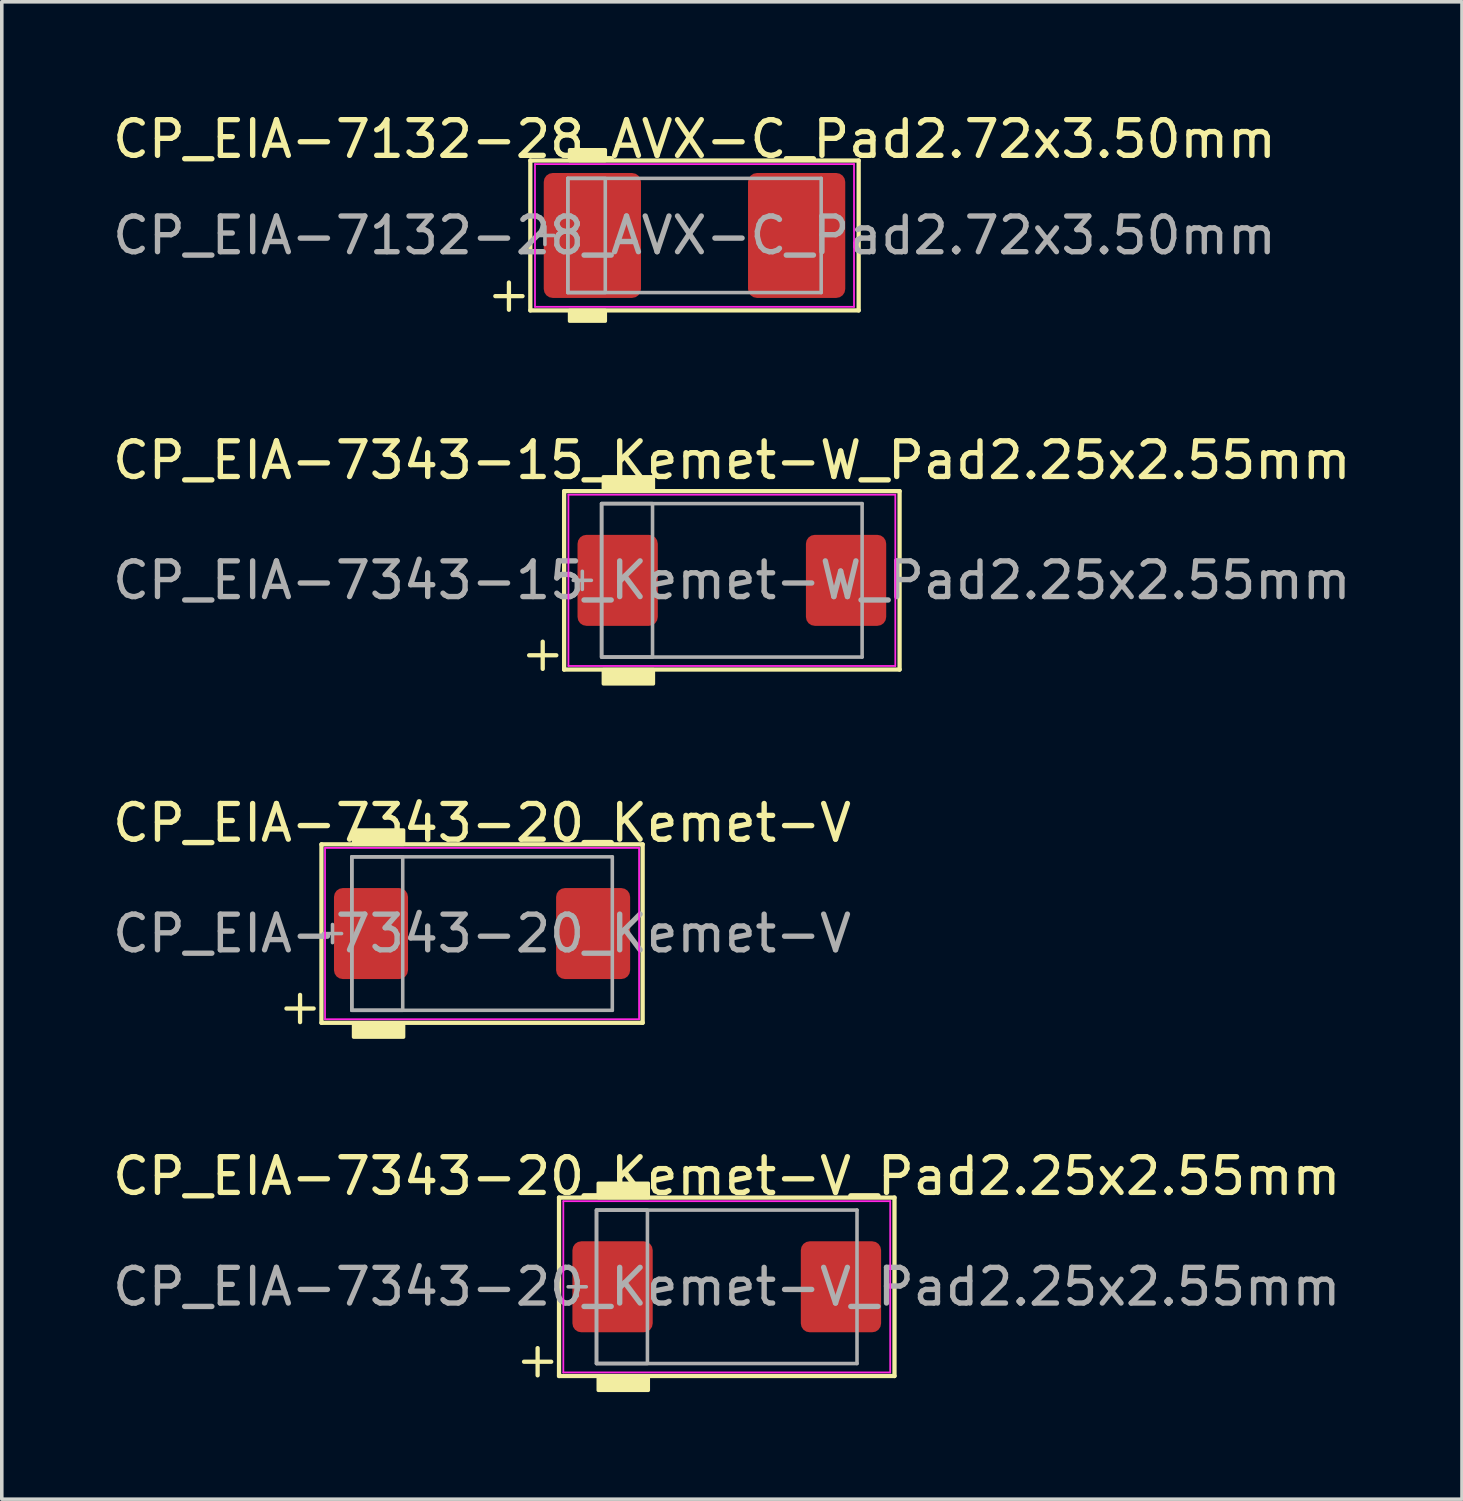
<source format=kicad_pcb>
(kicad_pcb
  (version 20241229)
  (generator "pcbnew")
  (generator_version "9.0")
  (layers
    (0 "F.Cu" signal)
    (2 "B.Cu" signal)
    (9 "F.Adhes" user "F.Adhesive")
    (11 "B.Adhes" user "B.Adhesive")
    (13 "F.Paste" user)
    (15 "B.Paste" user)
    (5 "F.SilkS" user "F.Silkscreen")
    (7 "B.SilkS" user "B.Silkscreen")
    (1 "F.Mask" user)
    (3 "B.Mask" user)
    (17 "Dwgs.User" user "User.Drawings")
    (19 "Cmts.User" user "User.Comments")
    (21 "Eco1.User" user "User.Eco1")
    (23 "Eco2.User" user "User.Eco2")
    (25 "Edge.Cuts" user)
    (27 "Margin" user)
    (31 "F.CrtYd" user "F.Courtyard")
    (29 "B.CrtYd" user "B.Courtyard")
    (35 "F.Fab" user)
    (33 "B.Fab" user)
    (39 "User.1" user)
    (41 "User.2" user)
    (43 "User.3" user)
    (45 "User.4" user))
  (footprint "CP_EIA-7343-20_Kemet-V_Pad2.25x2.55mm"
    (layer "F.Cu")
    (at 17.315 33.008)
    (property "Reference" "CP_EIA-7343-20_Kemet-V_Pad2.25x2.55mm" (at 0 -3.1 0) (layer "F.SilkS") (effects (font (size 1 1) (thickness 0.15))))
    (attr smd)
    (fp_line (start -5.681 2.1) (end -4.919 2.1) (stroke (width 0.12) (type solid)) (layer "F.SilkS"))
    (fp_line (start -5.3 1.719) (end -5.3 2.481) (stroke (width 0.12) (type solid)) (layer "F.SilkS"))
    (fp_line (start -4.7 -2.5) (end -4.7 2.5) (stroke (width 0.12) (type solid)) (layer "F.SilkS"))
    (fp_line (start -4.7 2.5) (end 4.7 2.5) (stroke (width 0.12) (type solid)) (layer "F.SilkS"))
    (fp_line (start 4.7 -2.5) (end -4.7 -2.5) (stroke (width 0.12) (type solid)) (layer "F.SilkS"))
    (fp_line (start 4.7 2.5) (end 4.7 -2.5) (stroke (width 0.12) (type solid)) (layer "F.SilkS"))
    (fp_poly (pts (xy -2.2 -2.5) (xy -3.6 -2.5) (xy -3.6 -2.9) (xy -2.2 -2.9)) (stroke (width 0.1) (type solid)) (fill yes) (layer "F.SilkS"))
    (fp_poly (pts (xy -2.2 2.9) (xy -3.6 2.9) (xy -3.6 2.5) (xy -2.2 2.5)) (stroke (width 0.1) (type solid)) (fill yes) (layer "F.SilkS"))
    (fp_line (start -4.58 -2.4) (end 4.58 -2.4) (stroke (width 0.05) (type solid)) (layer "F.CrtYd"))
    (fp_line (start -4.58 2.4) (end -4.58 -2.4) (stroke (width 0.05) (type solid)) (layer "F.CrtYd"))
    (fp_line (start 4.58 -2.4) (end 4.58 2.4) (stroke (width 0.05) (type solid)) (layer "F.CrtYd"))
    (fp_line (start 4.58 2.4) (end -4.58 2.4) (stroke (width 0.05) (type solid)) (layer "F.CrtYd"))
    (fp_line (start -4.191 -0.254) (end -4.191 0.254) (stroke (width 0.1) (type solid)) (layer "F.Fab"))
    (fp_line (start -3.937 0) (end -4.445 0) (stroke (width 0.1) (type solid)) (layer "F.Fab"))
    (fp_line (start -3.65 -2.15) (end -3.65 2.15) (stroke (width 0.1) (type solid)) (layer "F.Fab"))
    (fp_line (start -3.65 2.15) (end 3.65 2.15) (stroke (width 0.1) (type solid)) (layer "F.Fab"))
    (fp_line (start 3.65 -2.15) (end -3.65 -2.15) (stroke (width 0.1) (type solid)) (layer "F.Fab"))
    (fp_line (start 3.65 2.15) (end 3.65 -2.15) (stroke (width 0.1) (type solid)) (layer "F.Fab"))
    (fp_rect (start -3.65 -2.15) (end -2.223 2.15) (stroke (width 0.1) (type solid)) (fill no) (layer "F.Fab"))
    (fp_text user "${REFERENCE}" (at 0 0 0) (layer "F.Fab") (effects (font (size 1 1) (thickness 0.15))))
    (pad "1" smd roundrect (at -3.2 0) (size 2.25 2.55) (layers "F.Cu" "F.Mask" "F.Paste") (roundrect_rratio 0.111))
    (pad "2" smd roundrect (at 3.2 0) (size 2.25 2.55) (layers "F.Cu" "F.Mask" "F.Paste") (roundrect_rratio 0.111)))
  (footprint "CP_EIA-7343-15_Kemet-W_Pad2.25x2.55mm"
    (layer "F.Cu")
    (at 17.458 13.212)
    (property "Reference" "CP_EIA-7343-15_Kemet-W_Pad2.25x2.55mm" (at 0 -3.365 0) (layer "F.SilkS") (effects (font (size 1 1) (thickness 0.15))))
    (attr smd)
    (fp_line (start -5.681 2.1) (end -4.919 2.1) (stroke (width 0.12) (type solid)) (layer "F.SilkS"))
    (fp_line (start -5.3 1.719) (end -5.3 2.481) (stroke (width 0.12) (type solid)) (layer "F.SilkS"))
    (fp_line (start -4.7 -2.5) (end -4.7 2.5) (stroke (width 0.12) (type solid)) (layer "F.SilkS"))
    (fp_line (start -4.7 2.5) (end 4.7 2.5) (stroke (width 0.12) (type solid)) (layer "F.SilkS"))
    (fp_line (start 4.7 -2.5) (end -4.7 -2.5) (stroke (width 0.12) (type solid)) (layer "F.SilkS"))
    (fp_line (start 4.7 2.5) (end 4.7 -2.5) (stroke (width 0.12) (type solid)) (layer "F.SilkS"))
    (fp_poly (pts (xy -2.2 -2.5) (xy -3.6 -2.5) (xy -3.6 -2.9) (xy -2.2 -2.9)) (stroke (width 0.1) (type solid)) (fill yes) (layer "F.SilkS"))
    (fp_poly (pts (xy -2.2 2.9) (xy -3.6 2.9) (xy -3.6 2.5) (xy -2.2 2.5)) (stroke (width 0.1) (type solid)) (fill yes) (layer "F.SilkS"))
    (fp_line (start -4.58 -2.4) (end 4.58 -2.4) (stroke (width 0.05) (type solid)) (layer "F.CrtYd"))
    (fp_line (start -4.58 2.4) (end -4.58 -2.4) (stroke (width 0.05) (type solid)) (layer "F.CrtYd"))
    (fp_line (start 4.58 -2.4) (end 4.58 2.4) (stroke (width 0.05) (type solid)) (layer "F.CrtYd"))
    (fp_line (start 4.58 2.4) (end -4.58 2.4) (stroke (width 0.05) (type solid)) (layer "F.CrtYd"))
    (fp_line (start -4.191 -0.254) (end -4.191 0.254) (stroke (width 0.1) (type solid)) (layer "F.Fab"))
    (fp_line (start -3.937 0) (end -4.445 0) (stroke (width 0.1) (type solid)) (layer "F.Fab"))
    (fp_line (start -3.65 -2.15) (end -3.65 2.15) (stroke (width 0.1) (type solid)) (layer "F.Fab"))
    (fp_line (start -3.65 2.15) (end 3.65 2.15) (stroke (width 0.1) (type solid)) (layer "F.Fab"))
    (fp_line (start 3.65 -2.15) (end -3.65 -2.15) (stroke (width 0.1) (type solid)) (layer "F.Fab"))
    (fp_line (start 3.65 2.15) (end 3.65 -2.15) (stroke (width 0.1) (type solid)) (layer "F.Fab"))
    (fp_rect (start -3.65 -2.15) (end -2.223 2.15) (stroke (width 0.1) (type solid)) (fill no) (layer "F.Fab"))
    (fp_text user "${REFERENCE}" (at 0 0 0) (layer "F.Fab") (effects (font (size 1 1) (thickness 0.15))))
    (pad "1" smd roundrect (at -3.2 0) (size 2.25 2.55) (layers "F.Cu" "F.Mask" "F.Paste") (roundrect_rratio 0.111))
    (pad "2" smd roundrect (at 3.2 0) (size 2.25 2.55) (layers "F.Cu" "F.Mask" "F.Paste") (roundrect_rratio 0.111)))
  (footprint "CP_EIA-7343-20_Kemet-V"
    (layer "F.Cu")
    (at 10.458 23.11)
    (property "Reference" "CP_EIA-7343-20_Kemet-V" (at 0 -3.1 0) (layer "F.SilkS") (effects (font (size 1 1) (thickness 0.15))))
    (attr smd)
    (fp_line (start -5.481 2.1) (end -4.719 2.1) (stroke (width 0.12) (type solid)) (layer "F.SilkS"))
    (fp_line (start -5.1 1.719) (end -5.1 2.481) (stroke (width 0.12) (type solid)) (layer "F.SilkS"))
    (fp_line (start -4.5 -2.5) (end -4.5 2.5) (stroke (width 0.12) (type solid)) (layer "F.SilkS"))
    (fp_line (start -4.5 2.5) (end 4.5 2.5) (stroke (width 0.12) (type solid)) (layer "F.SilkS"))
    (fp_line (start 4.5 -2.5) (end -4.5 -2.5) (stroke (width 0.12) (type solid)) (layer "F.SilkS"))
    (fp_line (start 4.5 2.5) (end 4.5 -2.5) (stroke (width 0.12) (type solid)) (layer "F.SilkS"))
    (fp_poly (pts (xy -2.2 -2.5) (xy -3.6 -2.5) (xy -3.6 -2.9) (xy -2.2 -2.9)) (stroke (width 0.1) (type solid)) (fill yes) (layer "F.SilkS"))
    (fp_poly (pts (xy -2.2 2.9) (xy -3.6 2.9) (xy -3.6 2.5) (xy -2.2 2.5)) (stroke (width 0.1) (type solid)) (fill yes) (layer "F.SilkS"))
    (fp_line (start -4.4 -2.4) (end 4.4 -2.4) (stroke (width 0.05) (type solid)) (layer "F.CrtYd"))
    (fp_line (start -4.4 2.4) (end -4.4 -2.4) (stroke (width 0.05) (type solid)) (layer "F.CrtYd"))
    (fp_line (start 4.4 -2.4) (end 4.4 2.4) (stroke (width 0.05) (type solid)) (layer "F.CrtYd"))
    (fp_line (start 4.4 2.4) (end -4.4 2.4) (stroke (width 0.05) (type solid)) (layer "F.CrtYd"))
    (fp_line (start -4.191 -0.254) (end -4.191 0.254) (stroke (width 0.1) (type solid)) (layer "F.Fab"))
    (fp_line (start -3.937 0) (end -4.445 0) (stroke (width 0.1) (type solid)) (layer "F.Fab"))
    (fp_line (start -3.65 -2.15) (end -3.65 2.15) (stroke (width 0.1) (type solid)) (layer "F.Fab"))
    (fp_line (start -3.65 2.15) (end 3.65 2.15) (stroke (width 0.1) (type solid)) (layer "F.Fab"))
    (fp_line (start 3.65 -2.15) (end -3.65 -2.15) (stroke (width 0.1) (type solid)) (layer "F.Fab"))
    (fp_line (start 3.65 2.15) (end 3.65 -2.15) (stroke (width 0.1) (type solid)) (layer "F.Fab"))
    (fp_rect (start -3.65 -2.15) (end -2.223 2.15) (stroke (width 0.1) (type solid)) (fill no) (layer "F.Fab"))
    (fp_text user "${REFERENCE}" (at 0 0 0) (layer "F.Fab") (effects (font (size 1 1) (thickness 0.15))))
    (pad "1" smd roundrect (at -3.112 0) (size 2.075 2.55) (layers "F.Cu" "F.Mask" "F.Paste") (roundrect_rratio 0.12))
    (pad "2" smd roundrect (at 3.112 0) (size 2.075 2.55) (layers "F.Cu" "F.Mask" "F.Paste") (roundrect_rratio 0.12)))
  (footprint "CP_EIA-7132-28_AVX-C_Pad2.72x3.50mm"
    (layer "F.Cu")
    (at 16.411 3.548)
    (property "Reference" "CP_EIA-7132-28_AVX-C_Pad2.72x3.50mm" (at 0 -2.7 0) (layer "F.SilkS") (effects (font (size 1 1) (thickness 0.15))))
    (attr smd)
    (fp_line (start -5.581 1.7) (end -4.819 1.7) (stroke (width 0.12) (type solid)) (layer "F.SilkS"))
    (fp_line (start -5.2 1.319) (end -5.2 2.081) (stroke (width 0.12) (type solid)) (layer "F.SilkS"))
    (fp_line (start -4.6 -2.1) (end -4.6 2.1) (stroke (width 0.12) (type solid)) (layer "F.SilkS"))
    (fp_line (start -4.6 2.1) (end 4.6 2.1) (stroke (width 0.12) (type solid)) (layer "F.SilkS"))
    (fp_line (start 4.6 -2.1) (end -4.6 -2.1) (stroke (width 0.12) (type solid)) (layer "F.SilkS"))
    (fp_line (start 4.6 2.1) (end 4.6 -2.1) (stroke (width 0.12) (type solid)) (layer "F.SilkS"))
    (fp_poly (pts (xy -2.5 -2.1) (xy -3.5 -2.1) (xy -3.5 -2.4) (xy -2.5 -2.4)) (stroke (width 0.1) (type solid)) (fill yes) (layer "F.SilkS"))
    (fp_poly (pts (xy -2.5 2.4) (xy -3.5 2.4) (xy -3.5 2.1) (xy -2.5 2.1)) (stroke (width 0.1) (type solid)) (fill yes) (layer "F.SilkS"))
    (fp_line (start -4.47 -2) (end 4.47 -2) (stroke (width 0.05) (type solid)) (layer "F.CrtYd"))
    (fp_line (start -4.47 2) (end -4.47 -2) (stroke (width 0.05) (type solid)) (layer "F.CrtYd"))
    (fp_line (start 4.47 -2) (end 4.47 2) (stroke (width 0.05) (type solid)) (layer "F.CrtYd"))
    (fp_line (start 4.47 2) (end -4.47 2) (stroke (width 0.05) (type solid)) (layer "F.CrtYd"))
    (fp_line (start -4.191 -0.254) (end -4.191 0.254) (stroke (width 0.1) (type solid)) (layer "F.Fab"))
    (fp_line (start -3.937 0) (end -4.445 0) (stroke (width 0.1) (type solid)) (layer "F.Fab"))
    (fp_line (start -3.55 -1.6) (end -3.55 1.6) (stroke (width 0.1) (type solid)) (layer "F.Fab"))
    (fp_line (start -3.55 1.6) (end 3.55 1.6) (stroke (width 0.1) (type solid)) (layer "F.Fab"))
    (fp_line (start 3.55 -1.6) (end -3.55 -1.6) (stroke (width 0.1) (type solid)) (layer "F.Fab"))
    (fp_line (start 3.55 1.6) (end 3.55 -1.6) (stroke (width 0.1) (type solid)) (layer "F.Fab"))
    (fp_rect (start -3.55 -1.6) (end -2.5 1.6) (stroke (width 0.1) (type solid)) (fill no) (layer "F.Fab"))
    (fp_text user "${REFERENCE}" (at 0 0 0) (layer "F.Fab") (effects (font (size 1 1) (thickness 0.15))))
    (pad "1" smd roundrect (at -2.862 0) (size 2.725 3.5) (layers "F.Cu" "F.Mask" "F.Paste") (roundrect_rratio 0.092))
    (pad "2" smd roundrect (at 2.862 0) (size 2.725 3.5) (layers "F.Cu" "F.Mask" "F.Paste") (roundrect_rratio 0.092)))
  (gr_rect
    (start -3 -3)
    (end 37.917 38.959)
    (stroke (width 0.1) (type default))
    (fill no)
    (layer "Edge.Cuts")))
</source>
